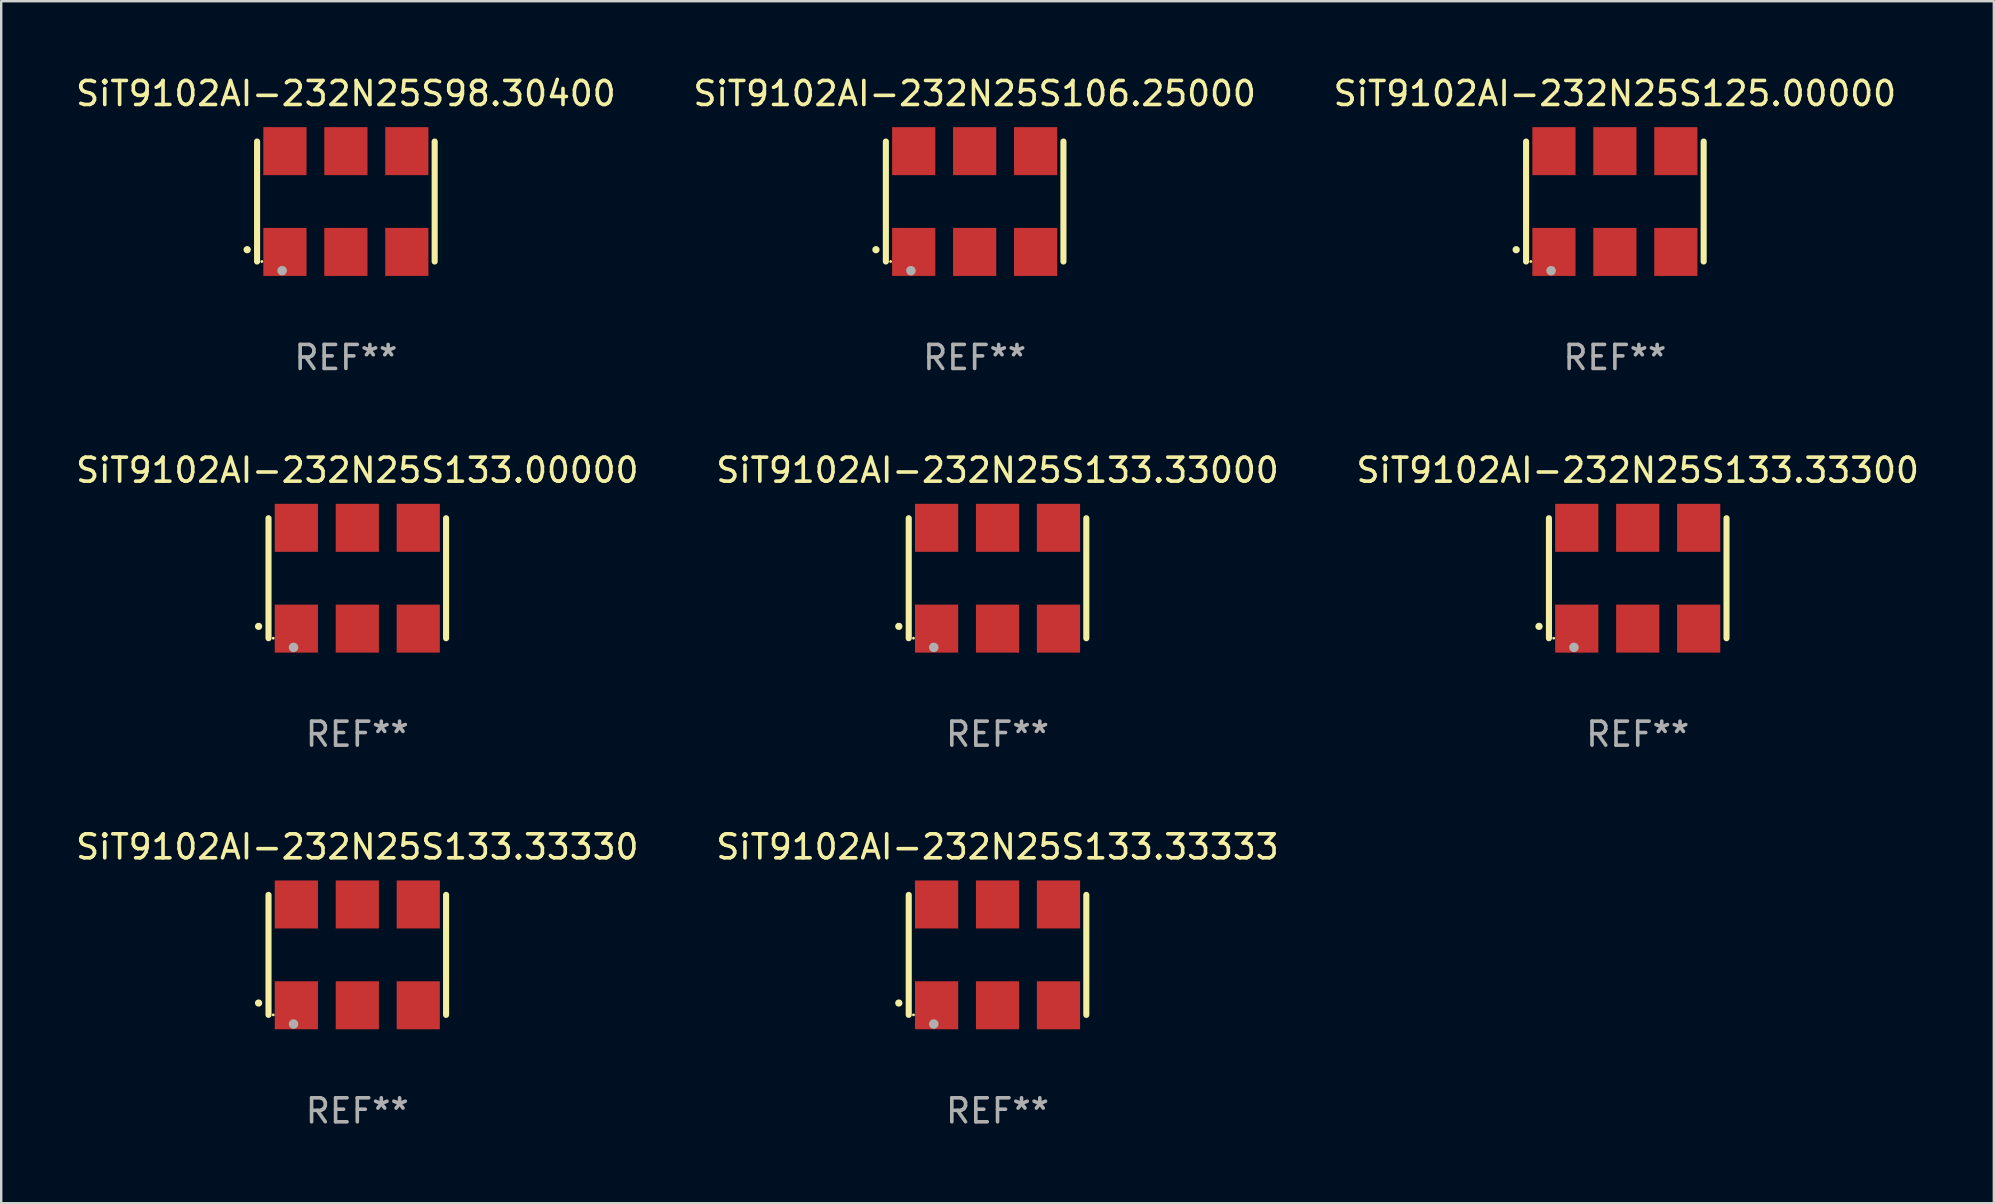
<source format=kicad_pcb>
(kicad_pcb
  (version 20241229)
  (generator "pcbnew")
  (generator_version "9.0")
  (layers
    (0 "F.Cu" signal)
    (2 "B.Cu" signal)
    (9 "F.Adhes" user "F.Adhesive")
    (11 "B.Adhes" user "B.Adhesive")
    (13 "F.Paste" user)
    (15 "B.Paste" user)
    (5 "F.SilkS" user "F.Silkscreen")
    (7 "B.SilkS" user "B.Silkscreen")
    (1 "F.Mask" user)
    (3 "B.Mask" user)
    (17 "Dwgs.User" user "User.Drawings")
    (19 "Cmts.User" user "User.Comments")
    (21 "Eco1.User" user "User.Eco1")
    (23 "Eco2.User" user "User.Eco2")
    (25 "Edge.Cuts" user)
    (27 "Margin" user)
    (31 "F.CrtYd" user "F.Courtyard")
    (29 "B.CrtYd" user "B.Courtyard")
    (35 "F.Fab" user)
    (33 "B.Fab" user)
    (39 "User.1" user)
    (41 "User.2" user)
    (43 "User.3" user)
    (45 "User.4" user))
  (footprint "SiT9102AI-232N25S133.33330"
    (layer "F.Cu")
    (at 11.839 36.741)
    (property "Reference" "SiT9102AI-232N25S133.33330" (at 0 -4.5 0) (layer "F.SilkS") (effects (font (size 1 1) (thickness 0.15))))
    (attr through_hole)
    (fp_line (start -3.7 -2.5) (end -3.7 2.5) (stroke (width 0.254) (type solid)) (layer "F.SilkS"))
    (fp_line (start 3.7 -2.5) (end 3.7 2.5) (stroke (width 0.254) (type solid)) (layer "F.SilkS"))
    (fp_arc (start -4.114415 2.006604) (mid -4.113145 2.006599) (end -4.111875 2.006604) (stroke (width 0.3) (type solid)) (layer "F.SilkS"))
    (fp_circle (center -3.502 2.5) (end -3.472 2.5) (stroke (width 0.06) (type solid)) (fill no) (layer "F.SilkS"))
    (fp_circle (center -2.657 2.882) (end -2.557 2.882) (stroke (width 0.2) (type solid)) (fill no) (layer "F.Fab"))
    (fp_text user "REF**" (at 0 6.5 0) (layer "F.Fab") (effects (font (size 1 1) (thickness 0.15))))
    (pad "1" smd rect (at -2.54 2.1) (size 1.8 2) (layers "F.Cu" "F.Mask" "F.Paste"))
    (pad "2" smd rect (at 0.000394 2.1) (size 1.8 2) (layers "F.Cu" "F.Mask" "F.Paste"))
    (pad "3" smd rect (at 2.54 2.1) (size 1.8 2) (layers "F.Cu" "F.Mask" "F.Paste"))
    (pad "4" smd rect (at 2.54 -2.1) (size 1.8 2) (layers "F.Cu" "F.Mask" "F.Paste"))
    (pad "5" smd rect (at 0.000394 -2.1) (size 1.8 2) (layers "F.Cu" "F.Mask" "F.Paste"))
    (pad "6" smd rect (at -2.54 -2.1) (size 1.8 2) (layers "F.Cu" "F.Mask" "F.Paste")))
  (footprint "SiT9102AI-232N25S133.33000"
    (layer "F.Cu")
    (at 38.518 21.045)
    (property "Reference" "SiT9102AI-232N25S133.33000" (at 0 -4.5 0) (layer "F.SilkS") (effects (font (size 1 1) (thickness 0.15))))
    (attr through_hole)
    (fp_line (start -3.7 -2.5) (end -3.7 2.5) (stroke (width 0.254) (type solid)) (layer "F.SilkS"))
    (fp_line (start 3.7 -2.5) (end 3.7 2.5) (stroke (width 0.254) (type solid)) (layer "F.SilkS"))
    (fp_arc (start -4.114415 2.006604) (mid -4.113145 2.006599) (end -4.111875 2.006604) (stroke (width 0.3) (type solid)) (layer "F.SilkS"))
    (fp_circle (center -3.502 2.5) (end -3.472 2.5) (stroke (width 0.06) (type solid)) (fill no) (layer "F.SilkS"))
    (fp_circle (center -2.657 2.882) (end -2.557 2.882) (stroke (width 0.2) (type solid)) (fill no) (layer "F.Fab"))
    (fp_text user "REF**" (at 0 6.5 0) (layer "F.Fab") (effects (font (size 1 1) (thickness 0.15))))
    (pad "1" smd rect (at -2.54 2.1) (size 1.8 2) (layers "F.Cu" "F.Mask" "F.Paste"))
    (pad "2" smd rect (at 0.000394 2.1) (size 1.8 2) (layers "F.Cu" "F.Mask" "F.Paste"))
    (pad "3" smd rect (at 2.54 2.1) (size 1.8 2) (layers "F.Cu" "F.Mask" "F.Paste"))
    (pad "4" smd rect (at 2.54 -2.1) (size 1.8 2) (layers "F.Cu" "F.Mask" "F.Paste"))
    (pad "5" smd rect (at 0.000394 -2.1) (size 1.8 2) (layers "F.Cu" "F.Mask" "F.Paste"))
    (pad "6" smd rect (at -2.54 -2.1) (size 1.8 2) (layers "F.Cu" "F.Mask" "F.Paste")))
  (footprint "SiT9102AI-232N25S98.30400"
    (layer "F.Cu")
    (at 11.363 5.348)
    (property "Reference" "SiT9102AI-232N25S98.30400" (at 0 -4.5 0) (layer "F.SilkS") (effects (font (size 1 1) (thickness 0.15))))
    (attr through_hole)
    (fp_line (start -3.7 -2.5) (end -3.7 2.5) (stroke (width 0.254) (type solid)) (layer "F.SilkS"))
    (fp_line (start 3.7 -2.5) (end 3.7 2.5) (stroke (width 0.254) (type solid)) (layer "F.SilkS"))
    (fp_arc (start -4.114415 2.006604) (mid -4.113145 2.006599) (end -4.111875 2.006604) (stroke (width 0.3) (type solid)) (layer "F.SilkS"))
    (fp_circle (center -3.502 2.5) (end -3.472 2.5) (stroke (width 0.06) (type solid)) (fill no) (layer "F.SilkS"))
    (fp_circle (center -2.657 2.882) (end -2.557 2.882) (stroke (width 0.2) (type solid)) (fill no) (layer "F.Fab"))
    (fp_text user "REF**" (at 0 6.5 0) (layer "F.Fab") (effects (font (size 1 1) (thickness 0.15))))
    (pad "1" smd rect (at -2.54 2.1) (size 1.8 2) (layers "F.Cu" "F.Mask" "F.Paste"))
    (pad "2" smd rect (at 0.000394 2.1) (size 1.8 2) (layers "F.Cu" "F.Mask" "F.Paste"))
    (pad "3" smd rect (at 2.54 2.1) (size 1.8 2) (layers "F.Cu" "F.Mask" "F.Paste"))
    (pad "4" smd rect (at 2.54 -2.1) (size 1.8 2) (layers "F.Cu" "F.Mask" "F.Paste"))
    (pad "5" smd rect (at 0.000394 -2.1) (size 1.8 2) (layers "F.Cu" "F.Mask" "F.Paste"))
    (pad "6" smd rect (at -2.54 -2.1) (size 1.8 2) (layers "F.Cu" "F.Mask" "F.Paste")))
  (footprint "SiT9102AI-232N25S133.33333"
    (layer "F.Cu")
    (at 38.518 36.741)
    (property "Reference" "SiT9102AI-232N25S133.33333" (at 0 -4.5 0) (layer "F.SilkS") (effects (font (size 1 1) (thickness 0.15))))
    (attr through_hole)
    (fp_line (start -3.7 -2.5) (end -3.7 2.5) (stroke (width 0.254) (type solid)) (layer "F.SilkS"))
    (fp_line (start 3.7 -2.5) (end 3.7 2.5) (stroke (width 0.254) (type solid)) (layer "F.SilkS"))
    (fp_arc (start -4.114415 2.006604) (mid -4.113145 2.006599) (end -4.111875 2.006604) (stroke (width 0.3) (type solid)) (layer "F.SilkS"))
    (fp_circle (center -3.502 2.5) (end -3.472 2.5) (stroke (width 0.06) (type solid)) (fill no) (layer "F.SilkS"))
    (fp_circle (center -2.657 2.882) (end -2.557 2.882) (stroke (width 0.2) (type solid)) (fill no) (layer "F.Fab"))
    (fp_text user "REF**" (at 0 6.5 0) (layer "F.Fab") (effects (font (size 1 1) (thickness 0.15))))
    (pad "1" smd rect (at -2.54 2.1) (size 1.8 2) (layers "F.Cu" "F.Mask" "F.Paste"))
    (pad "2" smd rect (at 0.000394 2.1) (size 1.8 2) (layers "F.Cu" "F.Mask" "F.Paste"))
    (pad "3" smd rect (at 2.54 2.1) (size 1.8 2) (layers "F.Cu" "F.Mask" "F.Paste"))
    (pad "4" smd rect (at 2.54 -2.1) (size 1.8 2) (layers "F.Cu" "F.Mask" "F.Paste"))
    (pad "5" smd rect (at 0.000394 -2.1) (size 1.8 2) (layers "F.Cu" "F.Mask" "F.Paste"))
    (pad "6" smd rect (at -2.54 -2.1) (size 1.8 2) (layers "F.Cu" "F.Mask" "F.Paste")))
  (footprint "SiT9102AI-232N25S125.00000"
    (layer "F.Cu")
    (at 64.244 5.348)
    (property "Reference" "SiT9102AI-232N25S125.00000" (at 0 -4.5 0) (layer "F.SilkS") (effects (font (size 1 1) (thickness 0.15))))
    (attr through_hole)
    (fp_line (start -3.7 -2.5) (end -3.7 2.5) (stroke (width 0.254) (type solid)) (layer "F.SilkS"))
    (fp_line (start 3.7 -2.5) (end 3.7 2.5) (stroke (width 0.254) (type solid)) (layer "F.SilkS"))
    (fp_arc (start -4.114415 2.006604) (mid -4.113145 2.006599) (end -4.111875 2.006604) (stroke (width 0.3) (type solid)) (layer "F.SilkS"))
    (fp_circle (center -3.502 2.5) (end -3.472 2.5) (stroke (width 0.06) (type solid)) (fill no) (layer "F.SilkS"))
    (fp_circle (center -2.657 2.882) (end -2.557 2.882) (stroke (width 0.2) (type solid)) (fill no) (layer "F.Fab"))
    (fp_text user "REF**" (at 0 6.5 0) (layer "F.Fab") (effects (font (size 1 1) (thickness 0.15))))
    (pad "1" smd rect (at -2.54 2.1) (size 1.8 2) (layers "F.Cu" "F.Mask" "F.Paste"))
    (pad "2" smd rect (at 0.000394 2.1) (size 1.8 2) (layers "F.Cu" "F.Mask" "F.Paste"))
    (pad "3" smd rect (at 2.54 2.1) (size 1.8 2) (layers "F.Cu" "F.Mask" "F.Paste"))
    (pad "4" smd rect (at 2.54 -2.1) (size 1.8 2) (layers "F.Cu" "F.Mask" "F.Paste"))
    (pad "5" smd rect (at 0.000394 -2.1) (size 1.8 2) (layers "F.Cu" "F.Mask" "F.Paste"))
    (pad "6" smd rect (at -2.54 -2.1) (size 1.8 2) (layers "F.Cu" "F.Mask" "F.Paste")))
  (footprint "SiT9102AI-232N25S133.00000"
    (layer "F.Cu")
    (at 11.839 21.045)
    (property "Reference" "SiT9102AI-232N25S133.00000" (at 0 -4.5 0) (layer "F.SilkS") (effects (font (size 1 1) (thickness 0.15))))
    (attr through_hole)
    (fp_line (start -3.7 -2.5) (end -3.7 2.5) (stroke (width 0.254) (type solid)) (layer "F.SilkS"))
    (fp_line (start 3.7 -2.5) (end 3.7 2.5) (stroke (width 0.254) (type solid)) (layer "F.SilkS"))
    (fp_arc (start -4.114415 2.006604) (mid -4.113145 2.006599) (end -4.111875 2.006604) (stroke (width 0.3) (type solid)) (layer "F.SilkS"))
    (fp_circle (center -3.502 2.5) (end -3.472 2.5) (stroke (width 0.06) (type solid)) (fill no) (layer "F.SilkS"))
    (fp_circle (center -2.657 2.882) (end -2.557 2.882) (stroke (width 0.2) (type solid)) (fill no) (layer "F.Fab"))
    (fp_text user "REF**" (at 0 6.5 0) (layer "F.Fab") (effects (font (size 1 1) (thickness 0.15))))
    (pad "1" smd rect (at -2.54 2.1) (size 1.8 2) (layers "F.Cu" "F.Mask" "F.Paste"))
    (pad "2" smd rect (at 0.000394 2.1) (size 1.8 2) (layers "F.Cu" "F.Mask" "F.Paste"))
    (pad "3" smd rect (at 2.54 2.1) (size 1.8 2) (layers "F.Cu" "F.Mask" "F.Paste"))
    (pad "4" smd rect (at 2.54 -2.1) (size 1.8 2) (layers "F.Cu" "F.Mask" "F.Paste"))
    (pad "5" smd rect (at 0.000394 -2.1) (size 1.8 2) (layers "F.Cu" "F.Mask" "F.Paste"))
    (pad "6" smd rect (at -2.54 -2.1) (size 1.8 2) (layers "F.Cu" "F.Mask" "F.Paste")))
  (footprint "SiT9102AI-232N25S106.25000"
    (layer "F.Cu")
    (at 37.565 5.348)
    (property "Reference" "SiT9102AI-232N25S106.25000" (at 0 -4.5 0) (layer "F.SilkS") (effects (font (size 1 1) (thickness 0.15))))
    (attr through_hole)
    (fp_line (start -3.7 -2.5) (end -3.7 2.5) (stroke (width 0.254) (type solid)) (layer "F.SilkS"))
    (fp_line (start 3.7 -2.5) (end 3.7 2.5) (stroke (width 0.254) (type solid)) (layer "F.SilkS"))
    (fp_arc (start -4.114415 2.006604) (mid -4.113145 2.006599) (end -4.111875 2.006604) (stroke (width 0.3) (type solid)) (layer "F.SilkS"))
    (fp_circle (center -3.502 2.5) (end -3.472 2.5) (stroke (width 0.06) (type solid)) (fill no) (layer "F.SilkS"))
    (fp_circle (center -2.657 2.882) (end -2.557 2.882) (stroke (width 0.2) (type solid)) (fill no) (layer "F.Fab"))
    (fp_text user "REF**" (at 0 6.5 0) (layer "F.Fab") (effects (font (size 1 1) (thickness 0.15))))
    (pad "1" smd rect (at -2.54 2.1) (size 1.8 2) (layers "F.Cu" "F.Mask" "F.Paste"))
    (pad "2" smd rect (at 0.000394 2.1) (size 1.8 2) (layers "F.Cu" "F.Mask" "F.Paste"))
    (pad "3" smd rect (at 2.54 2.1) (size 1.8 2) (layers "F.Cu" "F.Mask" "F.Paste"))
    (pad "4" smd rect (at 2.54 -2.1) (size 1.8 2) (layers "F.Cu" "F.Mask" "F.Paste"))
    (pad "5" smd rect (at 0.000394 -2.1) (size 1.8 2) (layers "F.Cu" "F.Mask" "F.Paste"))
    (pad "6" smd rect (at -2.54 -2.1) (size 1.8 2) (layers "F.Cu" "F.Mask" "F.Paste")))
  (footprint "SiT9102AI-232N25S133.33300"
    (layer "F.Cu")
    (at 65.196 21.045)
    (property "Reference" "SiT9102AI-232N25S133.33300" (at 0 -4.5 0) (layer "F.SilkS") (effects (font (size 1 1) (thickness 0.15))))
    (attr through_hole)
    (fp_line (start -3.7 -2.5) (end -3.7 2.5) (stroke (width 0.254) (type solid)) (layer "F.SilkS"))
    (fp_line (start 3.7 -2.5) (end 3.7 2.5) (stroke (width 0.254) (type solid)) (layer "F.SilkS"))
    (fp_arc (start -4.114415 2.006604) (mid -4.113145 2.006599) (end -4.111875 2.006604) (stroke (width 0.3) (type solid)) (layer "F.SilkS"))
    (fp_circle (center -3.502 2.5) (end -3.472 2.5) (stroke (width 0.06) (type solid)) (fill no) (layer "F.SilkS"))
    (fp_circle (center -2.657 2.882) (end -2.557 2.882) (stroke (width 0.2) (type solid)) (fill no) (layer "F.Fab"))
    (fp_text user "REF**" (at 0 6.5 0) (layer "F.Fab") (effects (font (size 1 1) (thickness 0.15))))
    (pad "1" smd rect (at -2.54 2.1) (size 1.8 2) (layers "F.Cu" "F.Mask" "F.Paste"))
    (pad "2" smd rect (at 0.000394 2.1) (size 1.8 2) (layers "F.Cu" "F.Mask" "F.Paste"))
    (pad "3" smd rect (at 2.54 2.1) (size 1.8 2) (layers "F.Cu" "F.Mask" "F.Paste"))
    (pad "4" smd rect (at 2.54 -2.1) (size 1.8 2) (layers "F.Cu" "F.Mask" "F.Paste"))
    (pad "5" smd rect (at 0.000394 -2.1) (size 1.8 2) (layers "F.Cu" "F.Mask" "F.Paste"))
    (pad "6" smd rect (at -2.54 -2.1) (size 1.8 2) (layers "F.Cu" "F.Mask" "F.Paste")))
  (gr_rect
    (start -3 -3)
    (end 80.036 47.09)
    (stroke (width 0.1) (type default))
    (fill no)
    (layer "Edge.Cuts")))
</source>
